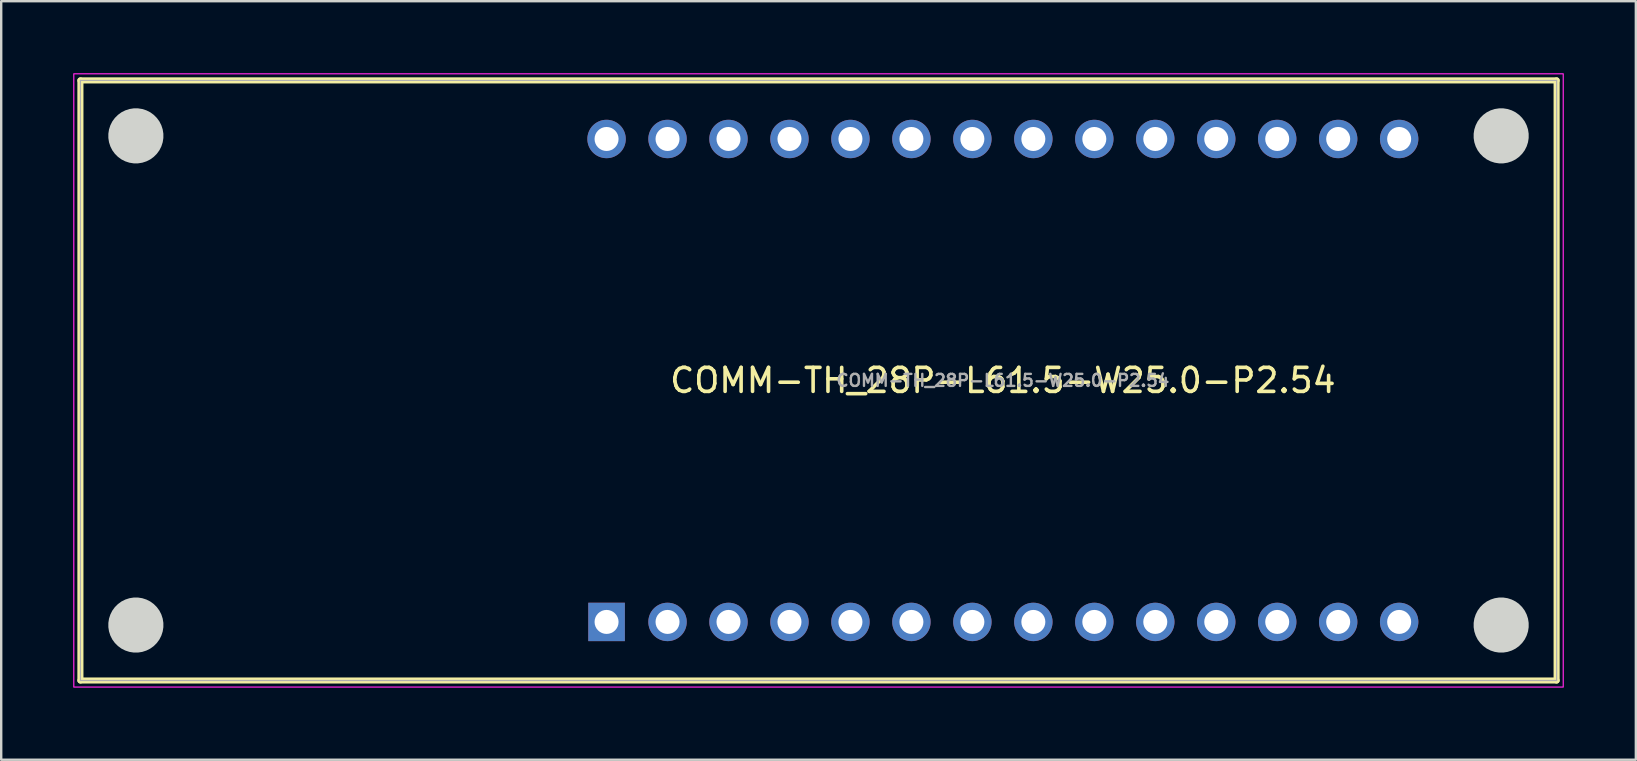
<source format=kicad_pcb>
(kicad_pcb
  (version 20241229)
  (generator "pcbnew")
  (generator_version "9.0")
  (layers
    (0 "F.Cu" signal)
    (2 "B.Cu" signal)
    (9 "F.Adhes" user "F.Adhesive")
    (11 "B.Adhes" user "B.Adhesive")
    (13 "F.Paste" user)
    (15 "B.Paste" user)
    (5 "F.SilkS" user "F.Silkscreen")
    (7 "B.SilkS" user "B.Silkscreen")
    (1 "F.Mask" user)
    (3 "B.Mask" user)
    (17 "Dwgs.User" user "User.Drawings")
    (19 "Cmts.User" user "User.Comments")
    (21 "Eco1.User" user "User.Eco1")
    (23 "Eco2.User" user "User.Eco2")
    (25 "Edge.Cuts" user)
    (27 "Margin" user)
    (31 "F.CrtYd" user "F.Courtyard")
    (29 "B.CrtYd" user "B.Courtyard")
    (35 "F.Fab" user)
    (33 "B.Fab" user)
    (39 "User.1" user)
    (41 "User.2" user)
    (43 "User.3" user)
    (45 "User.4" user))
  (footprint "COMM-TH_28P-L61.5-W25.0-P2.54"
    (layer "F.Cu")
    (at 38.73 12.8)
    (property "Reference" "COMM-TH_28P-L61.5-W25.0-P2.54" (at 0 0 0) (layer "F.SilkS") (effects (font (size 1 1) (thickness 0.15))))
    (fp_line (start -38.43 -12.5) (end 23.07 -12.5) (stroke (width 0.254) (type default)) (layer "F.SilkS"))
    (fp_line (start -38.43 12.5) (end -38.43 -12.5) (stroke (width 0.254) (type default)) (layer "F.SilkS"))
    (fp_line (start 23.07 -12.5) (end 23.07 12.5) (stroke (width 0.254) (type default)) (layer "F.SilkS"))
    (fp_line (start 23.07 12.5) (end -38.43 12.5) (stroke (width 0.254) (type default)) (layer "F.SilkS"))
    (fp_poly (pts (xy -34.974 -10.28) (xy -35.002 -10.458) (xy -35.058 -10.63) (xy -35.139 -10.791) (xy -35.246 -10.937) (xy -35.373 -11.064) (xy -35.519 -11.171) (xy -35.68 -11.252) (xy -35.852 -11.308) (xy -36.03 -11.336) (xy -36.21 -11.336) (xy -36.388 -11.308) (xy -36.56 -11.252) (xy -36.721 -11.171) (xy -36.867 -11.064) (xy -36.994 -10.937) (xy -37.101 -10.791) (xy -37.182 -10.63) (xy -37.238 -10.458) (xy -37.266 -10.28) (xy -37.266 -10.1) (xy -37.238 -9.922) (xy -37.182 -9.75) (xy -37.101 -9.589) (xy -36.994 -9.443) (xy -36.867 -9.316) (xy -36.721 -9.209) (xy -36.56 -9.128) (xy -36.388 -9.072) (xy -36.21 -9.044) (xy -36.03 -9.044) (xy -35.852 -9.072) (xy -35.68 -9.128) (xy -35.519 -9.209) (xy -35.373 -9.316) (xy -35.246 -9.443) (xy -35.139 -9.589) (xy -35.058 -9.75) (xy -35.002 -9.922) (xy -34.974 -10.1)) (stroke (width 0) (type default)) (fill yes) (layer "Edge.Cuts"))
    (fp_poly (pts (xy -34.974 10.1) (xy -35.002 9.922) (xy -35.058 9.75) (xy -35.139 9.589) (xy -35.246 9.443) (xy -35.373 9.316) (xy -35.519 9.209) (xy -35.68 9.128) (xy -35.852 9.072) (xy -36.03 9.044) (xy -36.21 9.044) (xy -36.388 9.072) (xy -36.56 9.128) (xy -36.721 9.209) (xy -36.867 9.316) (xy -36.994 9.443) (xy -37.101 9.589) (xy -37.182 9.75) (xy -37.238 9.922) (xy -37.266 10.1) (xy -37.266 10.28) (xy -37.238 10.458) (xy -37.182 10.63) (xy -37.101 10.791) (xy -36.994 10.937) (xy -36.867 11.064) (xy -36.721 11.171) (xy -36.56 11.252) (xy -36.388 11.308) (xy -36.21 11.336) (xy -36.03 11.336) (xy -35.852 11.308) (xy -35.68 11.252) (xy -35.519 11.171) (xy -35.373 11.064) (xy -35.246 10.937) (xy -35.139 10.791) (xy -35.058 10.63) (xy -35.002 10.458) (xy -34.974 10.28)) (stroke (width 0) (type default)) (fill yes) (layer "Edge.Cuts"))
    (fp_poly (pts (xy 21.906 -10.28) (xy 21.878 -10.458) (xy 21.822 -10.63) (xy 21.741 -10.791) (xy 21.634 -10.937) (xy 21.507 -11.064) (xy 21.361 -11.171) (xy 21.2 -11.252) (xy 21.028 -11.308) (xy 20.85 -11.336) (xy 20.67 -11.336) (xy 20.492 -11.308) (xy 20.32 -11.252) (xy 20.159 -11.171) (xy 20.013 -11.064) (xy 19.886 -10.937) (xy 19.779 -10.791) (xy 19.698 -10.63) (xy 19.642 -10.458) (xy 19.614 -10.28) (xy 19.614 -10.1) (xy 19.642 -9.922) (xy 19.698 -9.75) (xy 19.779 -9.589) (xy 19.886 -9.443) (xy 20.013 -9.316) (xy 20.159 -9.209) (xy 20.32 -9.128) (xy 20.492 -9.072) (xy 20.67 -9.044) (xy 20.85 -9.044) (xy 21.028 -9.072) (xy 21.2 -9.128) (xy 21.361 -9.209) (xy 21.507 -9.316) (xy 21.634 -9.443) (xy 21.741 -9.589) (xy 21.822 -9.75) (xy 21.878 -9.922) (xy 21.906 -10.1)) (stroke (width 0) (type default)) (fill yes) (layer "Edge.Cuts"))
    (fp_poly (pts (xy 21.906 10.1) (xy 21.878 9.922) (xy 21.822 9.75) (xy 21.741 9.589) (xy 21.634 9.443) (xy 21.507 9.316) (xy 21.361 9.209) (xy 21.2 9.128) (xy 21.028 9.072) (xy 20.85 9.044) (xy 20.67 9.044) (xy 20.492 9.072) (xy 20.32 9.128) (xy 20.159 9.209) (xy 20.013 9.316) (xy 19.886 9.443) (xy 19.779 9.589) (xy 19.698 9.75) (xy 19.642 9.922) (xy 19.614 10.1) (xy 19.614 10.28) (xy 19.642 10.458) (xy 19.698 10.63) (xy 19.779 10.791) (xy 19.886 10.937) (xy 20.013 11.064) (xy 20.159 11.171) (xy 20.32 11.252) (xy 20.492 11.308) (xy 20.67 11.336) (xy 20.85 11.336) (xy 21.028 11.308) (xy 21.2 11.252) (xy 21.361 11.171) (xy 21.507 11.064) (xy 21.634 10.937) (xy 21.741 10.791) (xy 21.822 10.63) (xy 21.878 10.458) (xy 21.906 10.28)) (stroke (width 0) (type default)) (fill yes) (layer "Edge.Cuts"))
    (fp_rect (start -38.706 -12.775) (end 23.346 12.775) (stroke (width 0.05) (type default)) (fill no) (layer "F.CrtYd"))
    (fp_line (start -38.43 -12.5) (end 23.07 -12.5) (stroke (width 0.051) (type default)) (layer "F.Fab"))
    (fp_line (start -38.43 12.5) (end -38.43 -12.5) (stroke (width 0.051) (type default)) (layer "F.Fab"))
    (fp_line (start 23.07 -12.5) (end 23.07 12.5) (stroke (width 0.051) (type default)) (layer "F.Fab"))
    (fp_line (start 23.07 12.5) (end -38.43 12.5) (stroke (width 0.051) (type default)) (layer "F.Fab"))
    (fp_text user "${REFERENCE}" (at 0 0 0) (layer "F.Fab") (effects (font (size 0.5 0.5) (thickness 0.1))))
    (pad "1" thru_hole rect (at -16.51 10.06) (size 1.524 1.6) (drill 1) (layers "*.Cu" "*.Mask"))
    (pad "2" thru_hole circle (at -13.97 10.06) (size 1.6 1.6) (drill 1) (layers "*.Cu" "*.Mask"))
    (pad "3" thru_hole circle (at -11.43 10.06) (size 1.6 1.6) (drill 1) (layers "*.Cu" "*.Mask"))
    (pad "4" thru_hole circle (at -8.89 10.06) (size 1.6 1.6) (drill 1) (layers "*.Cu" "*.Mask"))
    (pad "5" thru_hole circle (at -6.35 10.06) (size 1.6 1.6) (drill 1) (layers "*.Cu" "*.Mask"))
    (pad "6" thru_hole circle (at -3.81 10.06) (size 1.6 1.6) (drill 1) (layers "*.Cu" "*.Mask"))
    (pad "7" thru_hole circle (at -1.27 10.06) (size 1.6 1.6) (drill 1) (layers "*.Cu" "*.Mask"))
    (pad "8" thru_hole circle (at 1.27 10.06) (size 1.6 1.6) (drill 1) (layers "*.Cu" "*.Mask"))
    (pad "9" thru_hole circle (at 3.81 10.06) (size 1.6 1.6) (drill 1) (layers "*.Cu" "*.Mask"))
    (pad "10" thru_hole circle (at 6.35 10.06) (size 1.6 1.6) (drill 1) (layers "*.Cu" "*.Mask"))
    (pad "11" thru_hole circle (at 8.89 10.06) (size 1.6 1.6) (drill 1) (layers "*.Cu" "*.Mask"))
    (pad "12" thru_hole circle (at 11.43 10.06) (size 1.6 1.6) (drill 1) (layers "*.Cu" "*.Mask"))
    (pad "13" thru_hole circle (at 13.97 10.06) (size 1.6 1.6) (drill 1) (layers "*.Cu" "*.Mask"))
    (pad "14" thru_hole circle (at 16.51 10.06) (size 1.6 1.6) (drill 1) (layers "*.Cu" "*.Mask"))
    (pad "15" thru_hole circle (at 16.51 -10.06) (size 1.6 1.6) (drill 1) (layers "*.Cu" "*.Mask"))
    (pad "16" thru_hole circle (at 13.97 -10.06) (size 1.6 1.6) (drill 1) (layers "*.Cu" "*.Mask"))
    (pad "17" thru_hole circle (at 11.43 -10.06) (size 1.6 1.6) (drill 1) (layers "*.Cu" "*.Mask"))
    (pad "18" thru_hole circle (at 8.89 -10.06) (size 1.6 1.6) (drill 1) (layers "*.Cu" "*.Mask"))
    (pad "19" thru_hole circle (at 6.35 -10.06) (size 1.6 1.6) (drill 1) (layers "*.Cu" "*.Mask"))
    (pad "20" thru_hole circle (at 3.81 -10.06) (size 1.6 1.6) (drill 1) (layers "*.Cu" "*.Mask"))
    (pad "21" thru_hole circle (at 1.27 -10.06) (size 1.6 1.6) (drill 1) (layers "*.Cu" "*.Mask"))
    (pad "22" thru_hole circle (at -1.27 -10.06) (size 1.6 1.6) (drill 1) (layers "*.Cu" "*.Mask"))
    (pad "23" thru_hole circle (at -3.81 -10.06) (size 1.6 1.6) (drill 1) (layers "*.Cu" "*.Mask"))
    (pad "24" thru_hole circle (at -6.35 -10.06) (size 1.6 1.6) (drill 1) (layers "*.Cu" "*.Mask"))
    (pad "25" thru_hole circle (at -8.89 -10.06) (size 1.6 1.6) (drill 1) (layers "*.Cu" "*.Mask"))
    (pad "26" thru_hole circle (at -11.43 -10.06) (size 1.6 1.6) (drill 1) (layers "*.Cu" "*.Mask"))
    (pad "27" thru_hole circle (at -13.97 -10.06) (size 1.6 1.6) (drill 1) (layers "*.Cu" "*.Mask"))
    (pad "28" thru_hole circle (at -16.51 -10.06) (size 1.6 1.6) (drill 1) (layers "*.Cu" "*.Mask")))
  (gr_rect
    (start -3 -3)
    (end 65.101 28.601)
    (stroke (width 0.1) (type default))
    (fill no)
    (layer "Edge.Cuts")))
</source>
